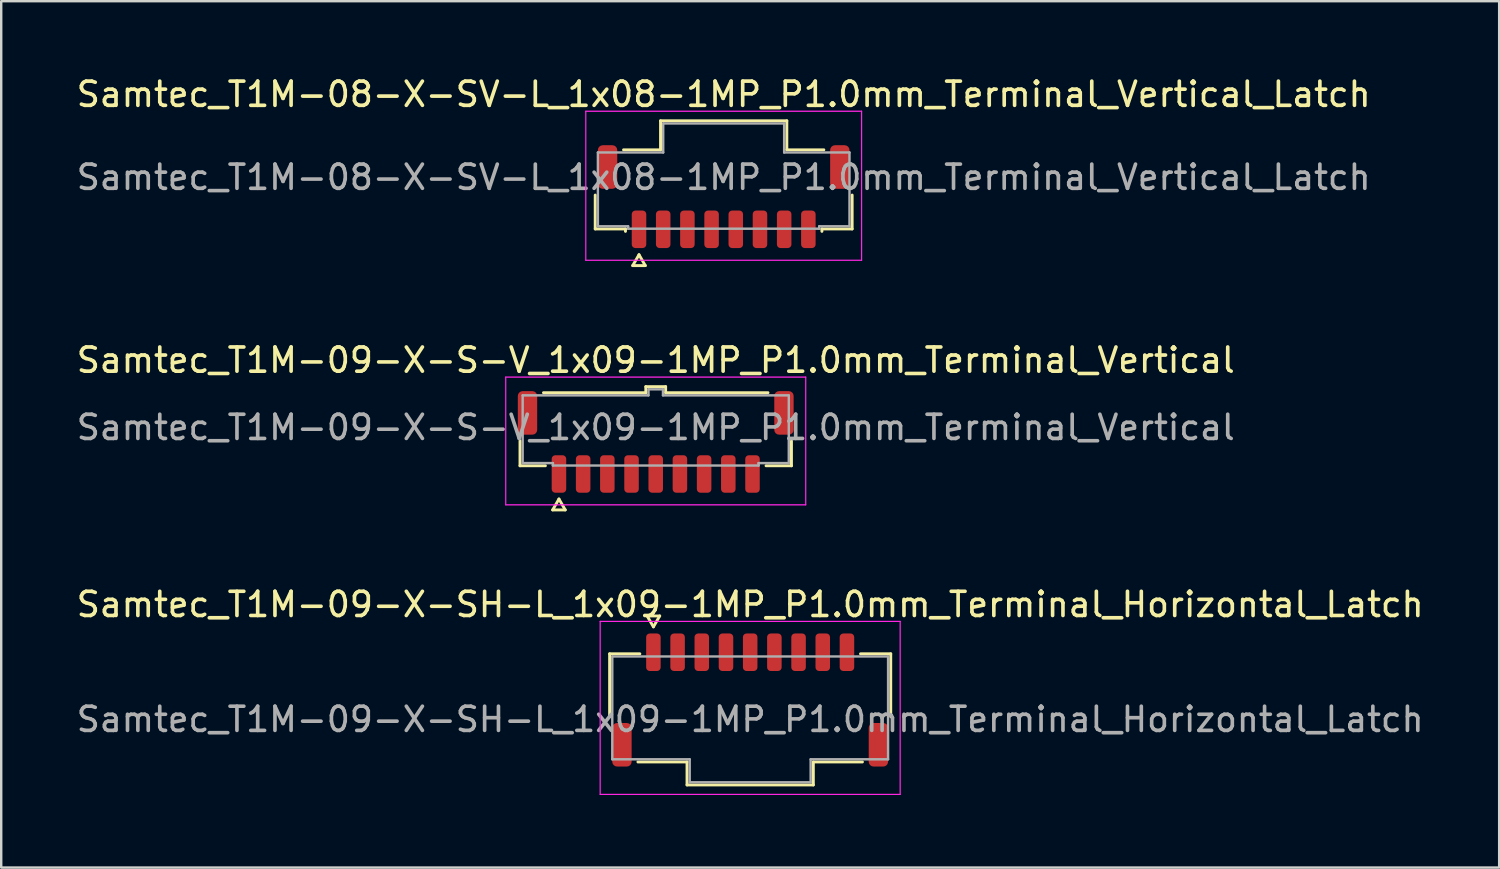
<source format=kicad_pcb>
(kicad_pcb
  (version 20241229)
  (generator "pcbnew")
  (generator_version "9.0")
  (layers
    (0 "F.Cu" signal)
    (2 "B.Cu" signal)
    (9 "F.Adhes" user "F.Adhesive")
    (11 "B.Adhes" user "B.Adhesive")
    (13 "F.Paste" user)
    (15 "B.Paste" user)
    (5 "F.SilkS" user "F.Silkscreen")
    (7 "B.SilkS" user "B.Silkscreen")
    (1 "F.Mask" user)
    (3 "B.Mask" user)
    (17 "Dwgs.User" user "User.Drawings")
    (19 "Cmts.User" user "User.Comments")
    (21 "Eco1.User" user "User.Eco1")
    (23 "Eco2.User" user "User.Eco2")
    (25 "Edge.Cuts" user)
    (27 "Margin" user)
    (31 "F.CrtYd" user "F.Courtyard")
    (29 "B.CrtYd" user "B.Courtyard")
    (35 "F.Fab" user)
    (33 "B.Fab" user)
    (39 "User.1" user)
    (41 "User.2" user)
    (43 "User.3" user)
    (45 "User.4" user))
  (footprint "Samtec_T1M-09-X-SH-L_1x09-1MP_P1.0mm_Terminal_Horizontal_Latch"
    (layer "F.Cu")
    (at 27.958 26.685)
    (property "Reference" "Samtec_T1M-09-X-SH-L_1x09-1MP_P1.0mm_Terminal_Horizontal_Latch" (at 0 -4.75 0) (layer "F.SilkS") (effects (font (size 1 1) (thickness 0.15))))
    (attr smd)
    (fp_line (start -5.81 -2.71) (end -4.56 -2.71) (stroke (width 0.12) (type solid)) (layer "F.SilkS"))
    (fp_line (start -5.81 -0.11) (end -5.81 -2.71) (stroke (width 0.12) (type solid)) (layer "F.SilkS"))
    (fp_line (start -4.26 -4.275) (end -4 -3.825) (stroke (width 0.12) (type solid)) (layer "F.SilkS"))
    (fp_line (start -4 -3.825) (end -3.74 -4.275) (stroke (width 0.12) (type solid)) (layer "F.SilkS"))
    (fp_line (start -3.74 -4.275) (end -4.26 -4.275) (stroke (width 0.12) (type solid)) (layer "F.SilkS"))
    (fp_line (start -2.61 1.76) (end -4.64 1.76) (stroke (width 0.12) (type solid)) (layer "F.SilkS"))
    (fp_line (start -2.61 2.71) (end -2.61 1.76) (stroke (width 0.12) (type solid)) (layer "F.SilkS"))
    (fp_line (start 2.61 1.76) (end 2.61 2.71) (stroke (width 0.12) (type solid)) (layer "F.SilkS"))
    (fp_line (start 2.61 2.71) (end -2.61 2.71) (stroke (width 0.12) (type solid)) (layer "F.SilkS"))
    (fp_line (start 4.56 -2.71) (end 5.81 -2.71) (stroke (width 0.12) (type solid)) (layer "F.SilkS"))
    (fp_line (start 4.64 1.76) (end 2.61 1.76) (stroke (width 0.12) (type solid)) (layer "F.SilkS"))
    (fp_line (start 5.81 -2.71) (end 5.81 -0.11) (stroke (width 0.12) (type solid)) (layer "F.SilkS"))
    (fp_line (start -6.2 -4.05) (end -6.2 3.1) (stroke (width 0.05) (type solid)) (layer "F.CrtYd"))
    (fp_line (start -6.2 3.1) (end 6.2 3.1) (stroke (width 0.05) (type solid)) (layer "F.CrtYd"))
    (fp_line (start 6.2 -4.05) (end -6.2 -4.05) (stroke (width 0.05) (type solid)) (layer "F.CrtYd"))
    (fp_line (start 6.2 3.1) (end 6.2 -4.05) (stroke (width 0.05) (type solid)) (layer "F.CrtYd"))
    (fp_line (start -5.7 -2.6) (end 5.7 -2.6) (stroke (width 0.1) (type solid)) (layer "F.Fab"))
    (fp_line (start -5.7 1.65) (end -5.7 -2.6) (stroke (width 0.1) (type solid)) (layer "F.Fab"))
    (fp_line (start -2.5 1.65) (end -5.7 1.65) (stroke (width 0.1) (type solid)) (layer "F.Fab"))
    (fp_line (start -2.5 2.6) (end -2.5 1.65) (stroke (width 0.1) (type solid)) (layer "F.Fab"))
    (fp_line (start 2.5 1.65) (end 2.5 2.6) (stroke (width 0.1) (type solid)) (layer "F.Fab"))
    (fp_line (start 2.5 2.6) (end -2.5 2.6) (stroke (width 0.1) (type solid)) (layer "F.Fab"))
    (fp_line (start 5.7 -2.6) (end 5.7 1.65) (stroke (width 0.1) (type solid)) (layer "F.Fab"))
    (fp_line (start 5.7 1.65) (end 2.5 1.65) (stroke (width 0.1) (type solid)) (layer "F.Fab"))
    (fp_text user "${REFERENCE}" (at 0 0 0) (layer "F.Fab") (effects (font (size 1 1) (thickness 0.15))))
    (pad "1" smd roundrect (at -4 -2.775) (size 0.6 1.55) (layers "F.Cu" "F.Mask" "F.Paste") (roundrect_rratio 0.25))
    (pad "2" smd roundrect (at -3 -2.775) (size 0.6 1.55) (layers "F.Cu" "F.Mask" "F.Paste") (roundrect_rratio 0.25))
    (pad "3" smd roundrect (at -2 -2.775) (size 0.6 1.55) (layers "F.Cu" "F.Mask" "F.Paste") (roundrect_rratio 0.25))
    (pad "4" smd roundrect (at -1 -2.775) (size 0.6 1.55) (layers "F.Cu" "F.Mask" "F.Paste") (roundrect_rratio 0.25))
    (pad "5" smd roundrect (at 0 -2.775) (size 0.6 1.55) (layers "F.Cu" "F.Mask" "F.Paste") (roundrect_rratio 0.25))
    (pad "6" smd roundrect (at 1 -2.775) (size 0.6 1.55) (layers "F.Cu" "F.Mask" "F.Paste") (roundrect_rratio 0.25))
    (pad "7" smd roundrect (at 2 -2.775) (size 0.6 1.55) (layers "F.Cu" "F.Mask" "F.Paste") (roundrect_rratio 0.25))
    (pad "8" smd roundrect (at 3 -2.775) (size 0.6 1.55) (layers "F.Cu" "F.Mask" "F.Paste") (roundrect_rratio 0.25))
    (pad "9" smd roundrect (at 4 -2.775) (size 0.6 1.55) (layers "F.Cu" "F.Mask" "F.Paste") (roundrect_rratio 0.25))
    (pad "MP" smd roundrect (at -5.3 1.05) (size 0.8 1.8) (layers "F.Cu" "F.Mask" "F.Paste") (roundrect_rratio 0.25))
    (pad "MP" smd roundrect (at 5.3 1.05) (size 0.8 1.8) (layers "F.Cu" "F.Mask" "F.Paste") (roundrect_rratio 0.25)))
  (footprint "Samtec_T1M-08-X-SV-L_1x08-1MP_P1.0mm_Terminal_Vertical_Latch"
    (layer "F.Cu")
    (at 26.863 4.278)
    (property "Reference" "Samtec_T1M-08-X-SV-L_1x08-1MP_P1.0mm_Terminal_Vertical_Latch" (at 0 -3.43 0) (layer "F.SilkS") (effects (font (size 1 1) (thickness 0.15))))
    (attr smd)
    (fp_line (start -5.31 2.135) (end -5.31 0.735) (stroke (width 0.12) (type solid)) (layer "F.SilkS"))
    (fp_line (start -4.14 -1.135) (end -2.61 -1.135) (stroke (width 0.12) (type solid)) (layer "F.SilkS"))
    (fp_line (start -4.06 2.135) (end -5.31 2.135) (stroke (width 0.12) (type solid)) (layer "F.SilkS"))
    (fp_line (start -4.06 2.235) (end -4.06 2.135) (stroke (width 0.12) (type solid)) (layer "F.SilkS"))
    (fp_line (start -3.76 3.65) (end -3.5 3.2) (stroke (width 0.12) (type solid)) (layer "F.SilkS"))
    (fp_line (start -3.5 3.2) (end -3.24 3.65) (stroke (width 0.12) (type solid)) (layer "F.SilkS"))
    (fp_line (start -3.24 3.65) (end -3.76 3.65) (stroke (width 0.12) (type solid)) (layer "F.SilkS"))
    (fp_line (start -2.61 -2.335) (end 2.61 -2.335) (stroke (width 0.12) (type solid)) (layer "F.SilkS"))
    (fp_line (start -2.61 -1.135) (end -2.61 -2.335) (stroke (width 0.12) (type solid)) (layer "F.SilkS"))
    (fp_line (start 2.61 -2.335) (end 2.61 -1.135) (stroke (width 0.12) (type solid)) (layer "F.SilkS"))
    (fp_line (start 2.61 -1.135) (end 4.14 -1.135) (stroke (width 0.12) (type solid)) (layer "F.SilkS"))
    (fp_line (start 4.06 2.135) (end 4.06 2.235) (stroke (width 0.12) (type solid)) (layer "F.SilkS"))
    (fp_line (start 5.31 0.735) (end 5.31 2.135) (stroke (width 0.12) (type solid)) (layer "F.SilkS"))
    (fp_line (start 5.31 2.135) (end 4.06 2.135) (stroke (width 0.12) (type solid)) (layer "F.SilkS"))
    (fp_line (start -5.7 -2.73) (end -5.7 3.43) (stroke (width 0.05) (type solid)) (layer "F.CrtYd"))
    (fp_line (start -5.7 3.43) (end 5.7 3.43) (stroke (width 0.05) (type solid)) (layer "F.CrtYd"))
    (fp_line (start 5.7 -2.73) (end -5.7 -2.73) (stroke (width 0.05) (type solid)) (layer "F.CrtYd"))
    (fp_line (start 5.7 3.43) (end 5.7 -2.73) (stroke (width 0.05) (type solid)) (layer "F.CrtYd"))
    (fp_line (start -5.2 -1.025) (end -2.5 -1.025) (stroke (width 0.1) (type solid)) (layer "F.Fab"))
    (fp_line (start -5.2 2.025) (end -5.2 -1.025) (stroke (width 0.1) (type solid)) (layer "F.Fab"))
    (fp_line (start -3.95 2.025) (end -5.2 2.025) (stroke (width 0.1) (type solid)) (layer "F.Fab"))
    (fp_line (start -3.95 2.125) (end -3.95 2.025) (stroke (width 0.1) (type solid)) (layer "F.Fab"))
    (fp_line (start -2.5 -2.225) (end 2.5 -2.225) (stroke (width 0.1) (type solid)) (layer "F.Fab"))
    (fp_line (start -2.5 -1.025) (end -2.5 -2.225) (stroke (width 0.1) (type solid)) (layer "F.Fab"))
    (fp_line (start 2.5 -2.225) (end 2.5 -1.025) (stroke (width 0.1) (type solid)) (layer "F.Fab"))
    (fp_line (start 2.5 -1.025) (end 5.2 -1.025) (stroke (width 0.1) (type solid)) (layer "F.Fab"))
    (fp_line (start 3.95 2.025) (end 3.95 2.125) (stroke (width 0.1) (type solid)) (layer "F.Fab"))
    (fp_line (start 3.95 2.125) (end -3.95 2.125) (stroke (width 0.1) (type solid)) (layer "F.Fab"))
    (fp_line (start 5.2 -1.025) (end 5.2 2.025) (stroke (width 0.1) (type solid)) (layer "F.Fab"))
    (fp_line (start 5.2 2.025) (end 3.95 2.025) (stroke (width 0.1) (type solid)) (layer "F.Fab"))
    (fp_text user "${REFERENCE}" (at 0 0 0) (layer "F.Fab") (effects (font (size 1 1) (thickness 0.15))))
    (pad "1" smd roundrect (at -3.5 2.15) (size 0.6 1.55) (layers "F.Cu" "F.Mask" "F.Paste") (roundrect_rratio 0.25))
    (pad "2" smd roundrect (at -2.5 2.15) (size 0.6 1.55) (layers "F.Cu" "F.Mask" "F.Paste") (roundrect_rratio 0.25))
    (pad "3" smd roundrect (at -1.5 2.15) (size 0.6 1.55) (layers "F.Cu" "F.Mask" "F.Paste") (roundrect_rratio 0.25))
    (pad "4" smd roundrect (at -0.5 2.15) (size 0.6 1.55) (layers "F.Cu" "F.Mask" "F.Paste") (roundrect_rratio 0.25))
    (pad "5" smd roundrect (at 0.5 2.15) (size 0.6 1.55) (layers "F.Cu" "F.Mask" "F.Paste") (roundrect_rratio 0.25))
    (pad "6" smd roundrect (at 1.5 2.15) (size 0.6 1.55) (layers "F.Cu" "F.Mask" "F.Paste") (roundrect_rratio 0.25))
    (pad "7" smd roundrect (at 2.5 2.15) (size 0.6 1.55) (layers "F.Cu" "F.Mask" "F.Paste") (roundrect_rratio 0.25))
    (pad "8" smd roundrect (at 3.5 2.15) (size 0.6 1.55) (layers "F.Cu" "F.Mask" "F.Paste") (roundrect_rratio 0.25))
    (pad "MP" smd roundrect (at -4.8 -0.425) (size 0.8 1.8) (layers "F.Cu" "F.Mask" "F.Paste") (roundrect_rratio 0.25))
    (pad "MP" smd roundrect (at 4.8 -0.425) (size 0.8 1.8) (layers "F.Cu" "F.Mask" "F.Paste") (roundrect_rratio 0.25)))
  (footprint "Samtec_T1M-09-X-S-V_1x09-1MP_P1.0mm_Terminal_Vertical"
    (layer "F.Cu")
    (at 24.054 14.617)
    (property "Reference" "Samtec_T1M-09-X-S-V_1x09-1MP_P1.0mm_Terminal_Vertical" (at 0 -2.78 0) (layer "F.SilkS") (effects (font (size 1 1) (thickness 0.15))))
    (attr smd)
    (fp_line (start -5.61 1.585) (end -5.61 0.56) (stroke (width 0.12) (type solid)) (layer "F.SilkS"))
    (fp_line (start -4.64 -1.435) (end -0.41 -1.435) (stroke (width 0.12) (type solid)) (layer "F.SilkS"))
    (fp_line (start -4.56 1.585) (end -5.61 1.585) (stroke (width 0.12) (type solid)) (layer "F.SilkS"))
    (fp_line (start -4.26 3.41) (end -4 2.96) (stroke (width 0.12) (type solid)) (layer "F.SilkS"))
    (fp_line (start -4 2.96) (end -3.74 3.41) (stroke (width 0.12) (type solid)) (layer "F.SilkS"))
    (fp_line (start -3.74 3.41) (end -4.26 3.41) (stroke (width 0.12) (type solid)) (layer "F.SilkS"))
    (fp_line (start -0.41 -1.685) (end 0.41 -1.685) (stroke (width 0.12) (type solid)) (layer "F.SilkS"))
    (fp_line (start -0.41 -1.435) (end -0.41 -1.685) (stroke (width 0.12) (type solid)) (layer "F.SilkS"))
    (fp_line (start 0.41 -1.685) (end 0.41 -1.435) (stroke (width 0.12) (type solid)) (layer "F.SilkS"))
    (fp_line (start 0.41 -1.435) (end 4.64 -1.435) (stroke (width 0.12) (type solid)) (layer "F.SilkS"))
    (fp_line (start 5.61 0.56) (end 5.61 1.585) (stroke (width 0.12) (type solid)) (layer "F.SilkS"))
    (fp_line (start 5.61 1.585) (end 4.56 1.585) (stroke (width 0.12) (type solid)) (layer "F.SilkS"))
    (fp_line (start -6.2 -2.08) (end -6.2 3.2) (stroke (width 0.05) (type solid)) (layer "F.CrtYd"))
    (fp_line (start -6.2 3.2) (end 6.2 3.2) (stroke (width 0.05) (type solid)) (layer "F.CrtYd"))
    (fp_line (start 6.2 -2.08) (end -6.2 -2.08) (stroke (width 0.05) (type solid)) (layer "F.CrtYd"))
    (fp_line (start 6.2 3.2) (end 6.2 -2.08) (stroke (width 0.05) (type solid)) (layer "F.CrtYd"))
    (fp_line (start -5.5 -1.325) (end -0.3 -1.325) (stroke (width 0.1) (type solid)) (layer "F.Fab"))
    (fp_line (start -5.5 1.475) (end -5.5 -1.325) (stroke (width 0.1) (type solid)) (layer "F.Fab"))
    (fp_line (start -4.25 1.475) (end -5.5 1.475) (stroke (width 0.1) (type solid)) (layer "F.Fab"))
    (fp_line (start -4.25 1.575) (end -4.25 1.475) (stroke (width 0.1) (type solid)) (layer "F.Fab"))
    (fp_line (start -0.3 -1.575) (end 0.3 -1.575) (stroke (width 0.1) (type solid)) (layer "F.Fab"))
    (fp_line (start -0.3 -1.325) (end -0.3 -1.575) (stroke (width 0.1) (type solid)) (layer "F.Fab"))
    (fp_line (start 0.3 -1.575) (end 0.3 -1.325) (stroke (width 0.1) (type solid)) (layer "F.Fab"))
    (fp_line (start 0.3 -1.325) (end 5.5 -1.325) (stroke (width 0.1) (type solid)) (layer "F.Fab"))
    (fp_line (start 4.25 1.475) (end 4.25 1.575) (stroke (width 0.1) (type solid)) (layer "F.Fab"))
    (fp_line (start 4.25 1.575) (end -4.25 1.575) (stroke (width 0.1) (type solid)) (layer "F.Fab"))
    (fp_line (start 5.5 -1.325) (end 5.5 1.475) (stroke (width 0.1) (type solid)) (layer "F.Fab"))
    (fp_line (start 5.5 1.475) (end 4.25 1.475) (stroke (width 0.1) (type solid)) (layer "F.Fab"))
    (fp_text user "${REFERENCE}" (at 0 0 0) (layer "F.Fab") (effects (font (size 1 1) (thickness 0.15))))
    (pad "1" smd roundrect (at -4 1.925) (size 0.6 1.55) (layers "F.Cu" "F.Mask" "F.Paste") (roundrect_rratio 0.25))
    (pad "2" smd roundrect (at -3 1.925) (size 0.6 1.55) (layers "F.Cu" "F.Mask" "F.Paste") (roundrect_rratio 0.25))
    (pad "3" smd roundrect (at -2 1.925) (size 0.6 1.55) (layers "F.Cu" "F.Mask" "F.Paste") (roundrect_rratio 0.25))
    (pad "4" smd roundrect (at -1 1.925) (size 0.6 1.55) (layers "F.Cu" "F.Mask" "F.Paste") (roundrect_rratio 0.25))
    (pad "5" smd roundrect (at 0 1.925) (size 0.6 1.55) (layers "F.Cu" "F.Mask" "F.Paste") (roundrect_rratio 0.25))
    (pad "6" smd roundrect (at 1 1.925) (size 0.6 1.55) (layers "F.Cu" "F.Mask" "F.Paste") (roundrect_rratio 0.25))
    (pad "7" smd roundrect (at 2 1.925) (size 0.6 1.55) (layers "F.Cu" "F.Mask" "F.Paste") (roundrect_rratio 0.25))
    (pad "8" smd roundrect (at 3 1.925) (size 0.6 1.55) (layers "F.Cu" "F.Mask" "F.Paste") (roundrect_rratio 0.25))
    (pad "9" smd roundrect (at 4 1.925) (size 0.6 1.55) (layers "F.Cu" "F.Mask" "F.Paste") (roundrect_rratio 0.25))
    (pad "MP" smd roundrect (at -5.3 -0.6) (size 0.8 1.8) (layers "F.Cu" "F.Mask" "F.Paste") (roundrect_rratio 0.25))
    (pad "MP" smd roundrect (at 5.3 -0.6) (size 0.8 1.8) (layers "F.Cu" "F.Mask" "F.Paste") (roundrect_rratio 0.25)))
  (gr_rect
    (start -3 -3)
    (end 58.917 32.81)
    (stroke (width 0.1) (type default))
    (fill no)
    (layer "Edge.Cuts")))
</source>
